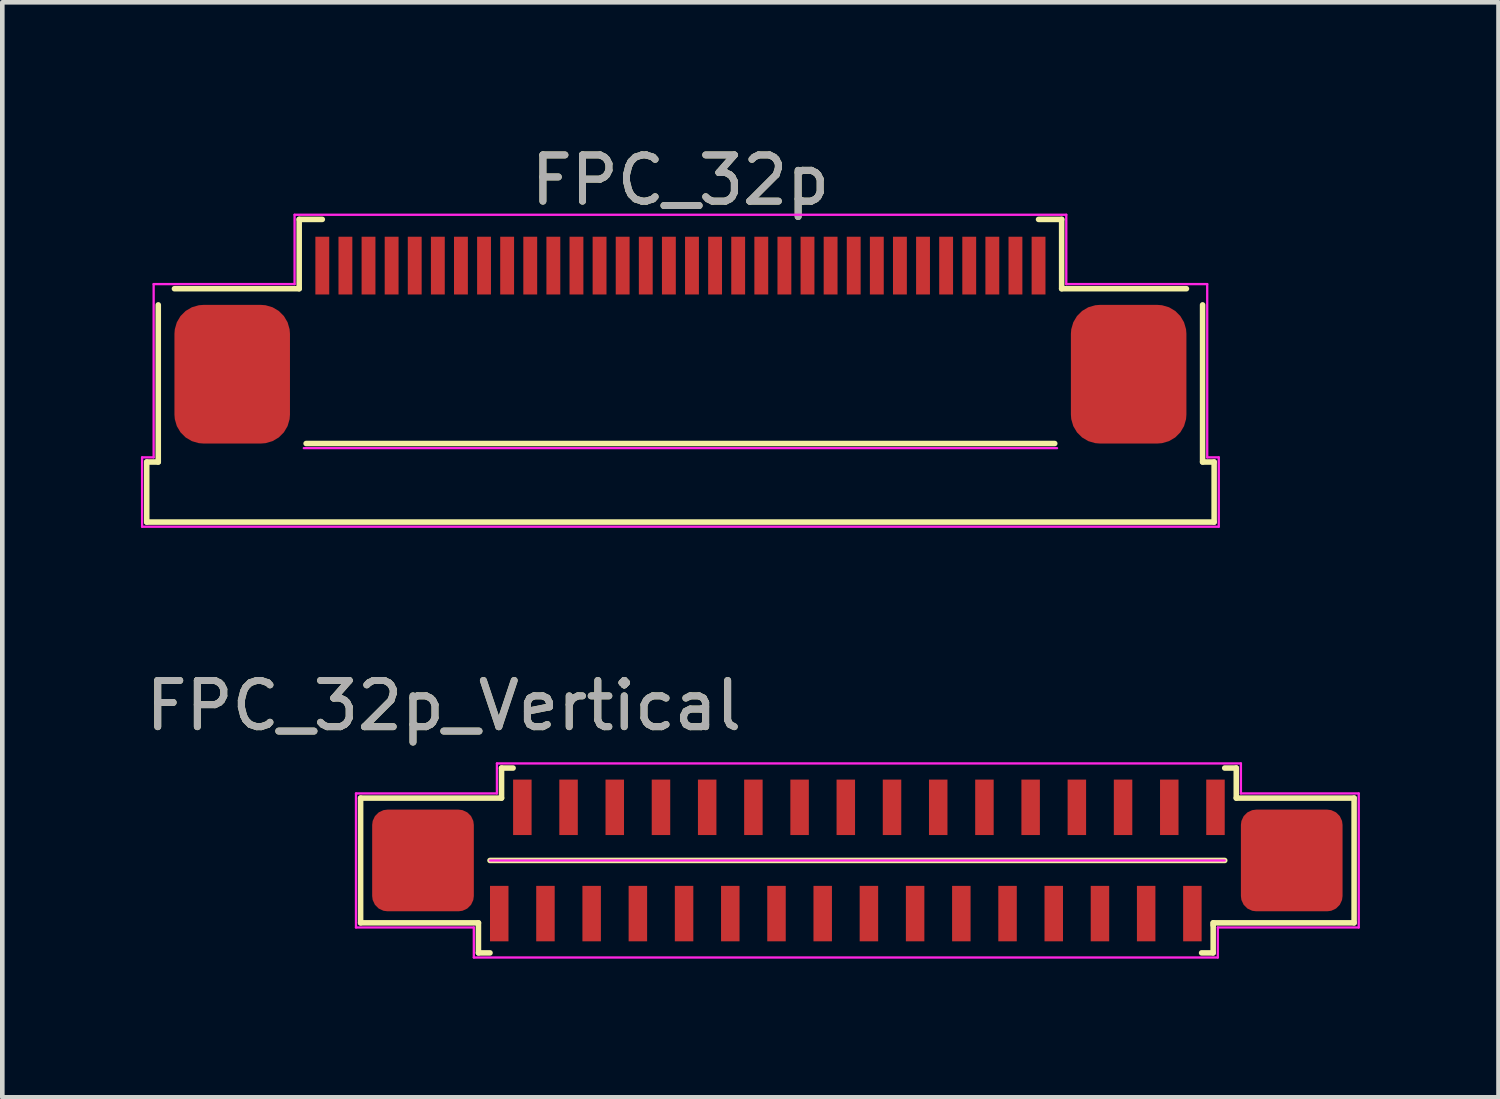
<source format=kicad_pcb>
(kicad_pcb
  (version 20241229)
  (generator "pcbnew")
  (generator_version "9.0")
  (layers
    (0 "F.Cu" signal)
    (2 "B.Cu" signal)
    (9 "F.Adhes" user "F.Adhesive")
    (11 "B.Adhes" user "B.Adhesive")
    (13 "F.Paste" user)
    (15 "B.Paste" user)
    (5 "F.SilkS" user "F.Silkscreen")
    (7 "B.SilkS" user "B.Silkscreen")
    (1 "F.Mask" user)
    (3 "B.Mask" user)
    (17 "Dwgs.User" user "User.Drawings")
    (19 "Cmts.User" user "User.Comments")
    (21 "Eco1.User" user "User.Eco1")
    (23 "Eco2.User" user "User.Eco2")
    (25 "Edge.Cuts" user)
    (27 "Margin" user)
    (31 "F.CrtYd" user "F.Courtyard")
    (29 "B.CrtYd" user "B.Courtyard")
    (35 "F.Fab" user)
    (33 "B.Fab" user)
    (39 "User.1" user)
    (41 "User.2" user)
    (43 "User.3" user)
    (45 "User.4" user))
  (footprint "FPC_32p_Vertical"
    (layer "F.Cu")
    (at 7.754 16.721)
    (property "Reference" "FPC_32p_Vertical" (at -1.2 -4.5 0) (unlocked yes) (layer "F.SilkS") (effects (font (size 1 1) (thickness 0.15))))
    (attr smd)
    (fp_line (start -3 -2.5) (end 0.05 -2.5) (stroke (width 0.12) (type solid)) (layer "F.SilkS"))
    (fp_line (start -3 0.2) (end -3 -2.5) (stroke (width 0.12) (type solid)) (layer "F.SilkS"))
    (fp_line (start -0.45 0.2) (end -3 0.2) (stroke (width 0.12) (type solid)) (layer "F.SilkS"))
    (fp_line (start -0.45 0.85) (end -0.45 0.2) (stroke (width 0.12) (type solid)) (layer "F.SilkS"))
    (fp_line (start -0.45 0.85) (end -0.2 0.85) (stroke (width 0.12) (type solid)) (layer "F.SilkS"))
    (fp_line (start -0.2 -1.15) (end 15.7 -1.15) (stroke (width 0.12) (type solid)) (layer "F.SilkS"))
    (fp_line (start 0.05 -3.15) (end 0.3 -3.15) (stroke (width 0.12) (type solid)) (layer "F.SilkS"))
    (fp_line (start 0.05 -2.5) (end 0.05 -3.15) (stroke (width 0.12) (type solid)) (layer "F.SilkS"))
    (fp_line (start 15.45 0.2) (end 18.5 0.2) (stroke (width 0.12) (type solid)) (layer "F.SilkS"))
    (fp_line (start 15.45 0.25) (end 15.45 0.2) (stroke (width 0.12) (type solid)) (layer "F.SilkS"))
    (fp_line (start 15.45 0.85) (end 15.2 0.85) (stroke (width 0.12) (type solid)) (layer "F.SilkS"))
    (fp_line (start 15.45 0.85) (end 15.45 0.25) (stroke (width 0.12) (type solid)) (layer "F.SilkS"))
    (fp_line (start 15.95 -3.15) (end 15.7 -3.15) (stroke (width 0.12) (type solid)) (layer "F.SilkS"))
    (fp_line (start 15.95 -2.5) (end 15.95 -3.15) (stroke (width 0.12) (type solid)) (layer "F.SilkS"))
    (fp_line (start 18.5 -2.5) (end 15.95 -2.5) (stroke (width 0.12) (type solid)) (layer "F.SilkS"))
    (fp_line (start 18.5 0.2) (end 18.5 -2.5) (stroke (width 0.12) (type solid)) (layer "F.SilkS"))
    (fp_line (start -3.1 -2.6) (end -0.05 -2.6) (stroke (width 0.05) (type solid)) (layer "F.CrtYd"))
    (fp_line (start -3.1 0.3) (end -3.1 -2.6) (stroke (width 0.05) (type solid)) (layer "F.CrtYd"))
    (fp_line (start -0.55 0.3) (end -3.1 0.3) (stroke (width 0.05) (type solid)) (layer "F.CrtYd"))
    (fp_line (start -0.55 0.95) (end -0.55 0.3) (stroke (width 0.05) (type solid)) (layer "F.CrtYd"))
    (fp_line (start -0.2 -1.15) (end 15.7 -1.15) (stroke (width 0.05) (type solid)) (layer "F.CrtYd"))
    (fp_line (start -0.05 -3.25) (end 16.05 -3.25) (stroke (width 0.05) (type solid)) (layer "F.CrtYd"))
    (fp_line (start -0.05 -2.6) (end -0.05 -3.25) (stroke (width 0.05) (type solid)) (layer "F.CrtYd"))
    (fp_line (start 15.55 0.3) (end 15.55 0.95) (stroke (width 0.05) (type solid)) (layer "F.CrtYd"))
    (fp_line (start 15.55 0.95) (end -0.55 0.95) (stroke (width 0.05) (type solid)) (layer "F.CrtYd"))
    (fp_line (start 16.05 -3.25) (end 16.05 -2.6) (stroke (width 0.05) (type solid)) (layer "F.CrtYd"))
    (fp_line (start 16.05 -2.6) (end 18.6 -2.6) (stroke (width 0.05) (type solid)) (layer "F.CrtYd"))
    (fp_line (start 18.6 -2.6) (end 18.6 0.3) (stroke (width 0.05) (type solid)) (layer "F.CrtYd"))
    (fp_line (start 18.6 0.3) (end 15.55 0.3) (stroke (width 0.05) (type solid)) (layer "F.CrtYd"))
    (fp_text user "${REFERENCE}" (at -1.2 -4.5 0) (unlocked yes) (layer "F.Fab") (effects (font (size 1 1) (thickness 0.15))))
    (pad "1" smd rect (at 0 0 90) (size 1.2 0.4) (layers "F.Cu" "F.Mask" "F.Paste"))
    (pad "2" smd rect (at 0.5 -2.3 90) (size 1.2 0.4) (layers "F.Cu" "F.Mask" "F.Paste"))
    (pad "3" smd rect (at 1 0 90) (size 1.2 0.4) (layers "F.Cu" "F.Mask" "F.Paste"))
    (pad "4" smd rect (at 1.5 -2.3 90) (size 1.2 0.4) (layers "F.Cu" "F.Mask" "F.Paste"))
    (pad "5" smd rect (at 2 0 90) (size 1.2 0.4) (layers "F.Cu" "F.Mask" "F.Paste"))
    (pad "6" smd rect (at 2.5 -2.3 90) (size 1.2 0.4) (layers "F.Cu" "F.Mask" "F.Paste"))
    (pad "7" smd rect (at 3 0 90) (size 1.2 0.4) (layers "F.Cu" "F.Mask" "F.Paste"))
    (pad "8" smd rect (at 3.5 -2.3 90) (size 1.2 0.4) (layers "F.Cu" "F.Mask" "F.Paste"))
    (pad "9" smd rect (at 4 0 90) (size 1.2 0.4) (layers "F.Cu" "F.Mask" "F.Paste"))
    (pad "10" smd rect (at 4.5 -2.3 90) (size 1.2 0.4) (layers "F.Cu" "F.Mask" "F.Paste"))
    (pad "11" smd rect (at 5 0 90) (size 1.2 0.4) (layers "F.Cu" "F.Mask" "F.Paste"))
    (pad "12" smd rect (at 5.5 -2.3 90) (size 1.2 0.4) (layers "F.Cu" "F.Mask" "F.Paste"))
    (pad "13" smd rect (at 6 0 90) (size 1.2 0.4) (layers "F.Cu" "F.Mask" "F.Paste"))
    (pad "14" smd rect (at 6.5 -2.3 90) (size 1.2 0.4) (layers "F.Cu" "F.Mask" "F.Paste"))
    (pad "15" smd rect (at 7 0 90) (size 1.2 0.4) (layers "F.Cu" "F.Mask" "F.Paste"))
    (pad "16" smd rect (at 7.5 -2.3 90) (size 1.2 0.4) (layers "F.Cu" "F.Mask" "F.Paste"))
    (pad "17" smd rect (at 8 0 90) (size 1.2 0.4) (layers "F.Cu" "F.Mask" "F.Paste"))
    (pad "18" smd rect (at 8.5 -2.3 90) (size 1.2 0.4) (layers "F.Cu" "F.Mask" "F.Paste"))
    (pad "19" smd rect (at 9 0 90) (size 1.2 0.4) (layers "F.Cu" "F.Mask" "F.Paste"))
    (pad "20" smd rect (at 9.5 -2.3 90) (size 1.2 0.4) (layers "F.Cu" "F.Mask" "F.Paste"))
    (pad "21" smd rect (at 10 0 90) (size 1.2 0.4) (layers "F.Cu" "F.Mask" "F.Paste"))
    (pad "22" smd rect (at 10.5 -2.3 90) (size 1.2 0.4) (layers "F.Cu" "F.Mask" "F.Paste"))
    (pad "23" smd rect (at 11 0 90) (size 1.2 0.4) (layers "F.Cu" "F.Mask" "F.Paste"))
    (pad "24" smd rect (at 11.5 -2.3 90) (size 1.2 0.4) (layers "F.Cu" "F.Mask" "F.Paste"))
    (pad "25" smd rect (at 12 0 90) (size 1.2 0.4) (layers "F.Cu" "F.Mask" "F.Paste"))
    (pad "26" smd rect (at 12.5 -2.3 90) (size 1.2 0.4) (layers "F.Cu" "F.Mask" "F.Paste"))
    (pad "27" smd rect (at 13 0 90) (size 1.2 0.4) (layers "F.Cu" "F.Mask" "F.Paste"))
    (pad "28" smd rect (at 13.5 -2.3 90) (size 1.2 0.4) (layers "F.Cu" "F.Mask" "F.Paste"))
    (pad "29" smd rect (at 14 0 90) (size 1.2 0.4) (layers "F.Cu" "F.Mask" "F.Paste"))
    (pad "30" smd rect (at 14.5 -2.3 90) (size 1.2 0.4) (layers "F.Cu" "F.Mask" "F.Paste"))
    (pad "31" smd rect (at 15 0 90) (size 1.2 0.4) (layers "F.Cu" "F.Mask" "F.Paste"))
    (pad "32" smd rect (at 15.5 -2.3 90) (size 1.2 0.4) (layers "F.Cu" "F.Mask" "F.Paste"))
    (pad "33" smd roundrect (at -1.65 -1.15 90) (size 2.2 2.2) (layers "F.Cu" "F.Mask" "F.Paste") (roundrect_rratio 0.15))
    (pad "34" smd roundrect (at 17.15 -1.15 90) (size 2.2 2.2) (layers "F.Cu" "F.Mask" "F.Paste") (roundrect_rratio 0.15)))
  (footprint "FPC_32p"
    (layer "F.Cu")
    (at 11.675 4.998)
    (property "Reference" "FPC_32p" (at 0 -4.15 0) (unlocked yes) (layer "F.SilkS") (effects (font (size 1 1) (thickness 0.15))))
    (attr smd)
    (fp_line (start -11.55 1.95) (end -11.55 3.25) (stroke (width 0.12) (type solid)) (layer "F.SilkS"))
    (fp_line (start -11.55 1.95) (end -11.3 1.95) (stroke (width 0.12) (type solid)) (layer "F.SilkS"))
    (fp_line (start -11.55 3.25) (end 11.55 3.25) (stroke (width 0.12) (type solid)) (layer "F.SilkS"))
    (fp_line (start -11.3 -1.45) (end -11.3 1.95) (stroke (width 0.12) (type solid)) (layer "F.SilkS"))
    (fp_line (start -10.95 -1.8) (end -8.25 -1.8) (stroke (width 0.12) (type solid)) (layer "F.SilkS"))
    (fp_line (start -8.25 -3.3) (end -7.75 -3.3) (stroke (width 0.12) (type solid)) (layer "F.SilkS"))
    (fp_line (start -8.25 -1.8) (end -8.25 -3.3) (stroke (width 0.12) (type solid)) (layer "F.SilkS"))
    (fp_line (start -8.1 1.55) (end 8.1 1.55) (stroke (width 0.12) (type solid)) (layer "F.SilkS"))
    (fp_line (start 8.25 -3.3) (end 7.75 -3.3) (stroke (width 0.12) (type solid)) (layer "F.SilkS"))
    (fp_line (start 8.25 -1.8) (end 8.25 -3.3) (stroke (width 0.12) (type solid)) (layer "F.SilkS"))
    (fp_line (start 8.25 -1.8) (end 10.95 -1.8) (stroke (width 0.12) (type solid)) (layer "F.SilkS"))
    (fp_line (start 11.3 -1.45) (end 11.3 1.95) (stroke (width 0.12) (type solid)) (layer "F.SilkS"))
    (fp_line (start 11.3 1.95) (end 11.55 1.95) (stroke (width 0.12) (type solid)) (layer "F.SilkS"))
    (fp_line (start 11.55 1.95) (end 11.55 3.25) (stroke (width 0.12) (type solid)) (layer "F.SilkS"))
    (fp_line (start -11.65 1.85) (end -11.4 1.85) (stroke (width 0.05) (type solid)) (layer "F.CrtYd"))
    (fp_line (start -11.65 3.35) (end -11.65 1.85) (stroke (width 0.05) (type solid)) (layer "F.CrtYd"))
    (fp_line (start -11.4 -1.9) (end -8.35 -1.9) (stroke (width 0.05) (type solid)) (layer "F.CrtYd"))
    (fp_line (start -11.4 1.85) (end -11.4 -1.9) (stroke (width 0.05) (type solid)) (layer "F.CrtYd"))
    (fp_line (start -8.35 -3.4) (end 8.35 -3.4) (stroke (width 0.05) (type solid)) (layer "F.CrtYd"))
    (fp_line (start -8.35 -1.9) (end -8.35 -3.4) (stroke (width 0.05) (type solid)) (layer "F.CrtYd"))
    (fp_line (start -8.15 1.65) (end 8.15 1.65) (stroke (width 0.05) (type solid)) (layer "F.CrtYd"))
    (fp_line (start 8.35 -3.4) (end 8.35 -1.9) (stroke (width 0.05) (type solid)) (layer "F.CrtYd"))
    (fp_line (start 8.35 -1.9) (end 11.4 -1.9) (stroke (width 0.05) (type solid)) (layer "F.CrtYd"))
    (fp_line (start 11.4 -1.9) (end 11.4 1.85) (stroke (width 0.05) (type solid)) (layer "F.CrtYd"))
    (fp_line (start 11.4 1.85) (end 11.65 1.85) (stroke (width 0.05) (type solid)) (layer "F.CrtYd"))
    (fp_line (start 11.65 1.85) (end 11.65 3.35) (stroke (width 0.05) (type solid)) (layer "F.CrtYd"))
    (fp_line (start 11.65 3.35) (end -11.65 3.35) (stroke (width 0.05) (type solid)) (layer "F.CrtYd"))
    (fp_text user "${REFERENCE}" (at 0 -4.15 0) (unlocked yes) (layer "F.Fab") (effects (font (size 1 1) (thickness 0.15))))
    (pad "1" smd rect (at 7.75 -2.3 180) (size 0.3 1.25) (layers "F.Cu" "F.Mask" "F.Paste"))
    (pad "2" smd rect (at 7.25 -2.3 180) (size 0.3 1.25) (layers "F.Cu" "F.Mask" "F.Paste"))
    (pad "3" smd rect (at 6.75 -2.3 180) (size 0.3 1.25) (layers "F.Cu" "F.Mask" "F.Paste"))
    (pad "4" smd rect (at 6.25 -2.3 180) (size 0.3 1.25) (layers "F.Cu" "F.Mask" "F.Paste"))
    (pad "5" smd rect (at 5.75 -2.3 180) (size 0.3 1.25) (layers "F.Cu" "F.Mask" "F.Paste"))
    (pad "6" smd rect (at 5.25 -2.3 180) (size 0.3 1.25) (layers "F.Cu" "F.Mask" "F.Paste"))
    (pad "7" smd rect (at 4.75 -2.3 180) (size 0.3 1.25) (layers "F.Cu" "F.Mask" "F.Paste"))
    (pad "8" smd rect (at 4.25 -2.3 180) (size 0.3 1.25) (layers "F.Cu" "F.Mask" "F.Paste"))
    (pad "9" smd rect (at 3.75 -2.3 180) (size 0.3 1.25) (layers "F.Cu" "F.Mask" "F.Paste"))
    (pad "10" smd rect (at 3.25 -2.3 180) (size 0.3 1.25) (layers "F.Cu" "F.Mask" "F.Paste"))
    (pad "11" smd rect (at 2.75 -2.3 180) (size 0.3 1.25) (layers "F.Cu" "F.Mask" "F.Paste"))
    (pad "12" smd rect (at 2.25 -2.3 180) (size 0.3 1.25) (layers "F.Cu" "F.Mask" "F.Paste"))
    (pad "13" smd rect (at 1.75 -2.3 180) (size 0.3 1.25) (layers "F.Cu" "F.Mask" "F.Paste"))
    (pad "14" smd rect (at 1.25 -2.3 180) (size 0.3 1.25) (layers "F.Cu" "F.Mask" "F.Paste"))
    (pad "15" smd rect (at 0.75 -2.3 180) (size 0.3 1.25) (layers "F.Cu" "F.Mask" "F.Paste"))
    (pad "16" smd rect (at 0.25 -2.3 180) (size 0.3 1.25) (layers "F.Cu" "F.Mask" "F.Paste"))
    (pad "17" smd rect (at -0.25 -2.3 180) (size 0.3 1.25) (layers "F.Cu" "F.Mask" "F.Paste"))
    (pad "18" smd rect (at -0.75 -2.3 180) (size 0.3 1.25) (layers "F.Cu" "F.Mask" "F.Paste"))
    (pad "19" smd rect (at -1.25 -2.3 180) (size 0.3 1.25) (layers "F.Cu" "F.Mask" "F.Paste"))
    (pad "20" smd rect (at -1.75 -2.3 180) (size 0.3 1.25) (layers "F.Cu" "F.Mask" "F.Paste"))
    (pad "21" smd rect (at -2.25 -2.3 180) (size 0.3 1.25) (layers "F.Cu" "F.Mask" "F.Paste"))
    (pad "22" smd rect (at -2.75 -2.3 180) (size 0.3 1.25) (layers "F.Cu" "F.Mask" "F.Paste"))
    (pad "23" smd rect (at -3.25 -2.3 180) (size 0.3 1.25) (layers "F.Cu" "F.Mask" "F.Paste"))
    (pad "24" smd rect (at -3.75 -2.3 180) (size 0.3 1.25) (layers "F.Cu" "F.Mask" "F.Paste"))
    (pad "25" smd rect (at -4.25 -2.3 180) (size 0.3 1.25) (layers "F.Cu" "F.Mask" "F.Paste"))
    (pad "26" smd rect (at -4.75 -2.3 180) (size 0.3 1.25) (layers "F.Cu" "F.Mask" "F.Paste"))
    (pad "27" smd rect (at -5.25 -2.3 180) (size 0.3 1.25) (layers "F.Cu" "F.Mask" "F.Paste"))
    (pad "28" smd rect (at -5.75 -2.3 180) (size 0.3 1.25) (layers "F.Cu" "F.Mask" "F.Paste"))
    (pad "29" smd rect (at -6.25 -2.3 180) (size 0.3 1.25) (layers "F.Cu" "F.Mask" "F.Paste"))
    (pad "30" smd rect (at -6.75 -2.3 180) (size 0.3 1.25) (layers "F.Cu" "F.Mask" "F.Paste"))
    (pad "31" smd rect (at -7.25 -2.3 180) (size 0.3 1.25) (layers "F.Cu" "F.Mask" "F.Paste"))
    (pad "32" smd rect (at -7.75 -2.3 180) (size 0.3 1.25) (layers "F.Cu" "F.Mask" "F.Paste"))
    (pad "33" smd roundrect (at 9.7 0.05) (size 2.5 3) (layers "F.Cu" "F.Mask" "F.Paste") (roundrect_rratio 0.25))
    (pad "34" smd roundrect (at -9.7 0.05) (size 2.5 3) (layers "F.Cu" "F.Mask" "F.Paste") (roundrect_rratio 0.25)))
  (gr_rect
    (start -3 -3)
    (end 29.379 20.697)
    (stroke (width 0.1) (type default))
    (fill no)
    (layer "Edge.Cuts")))
</source>
